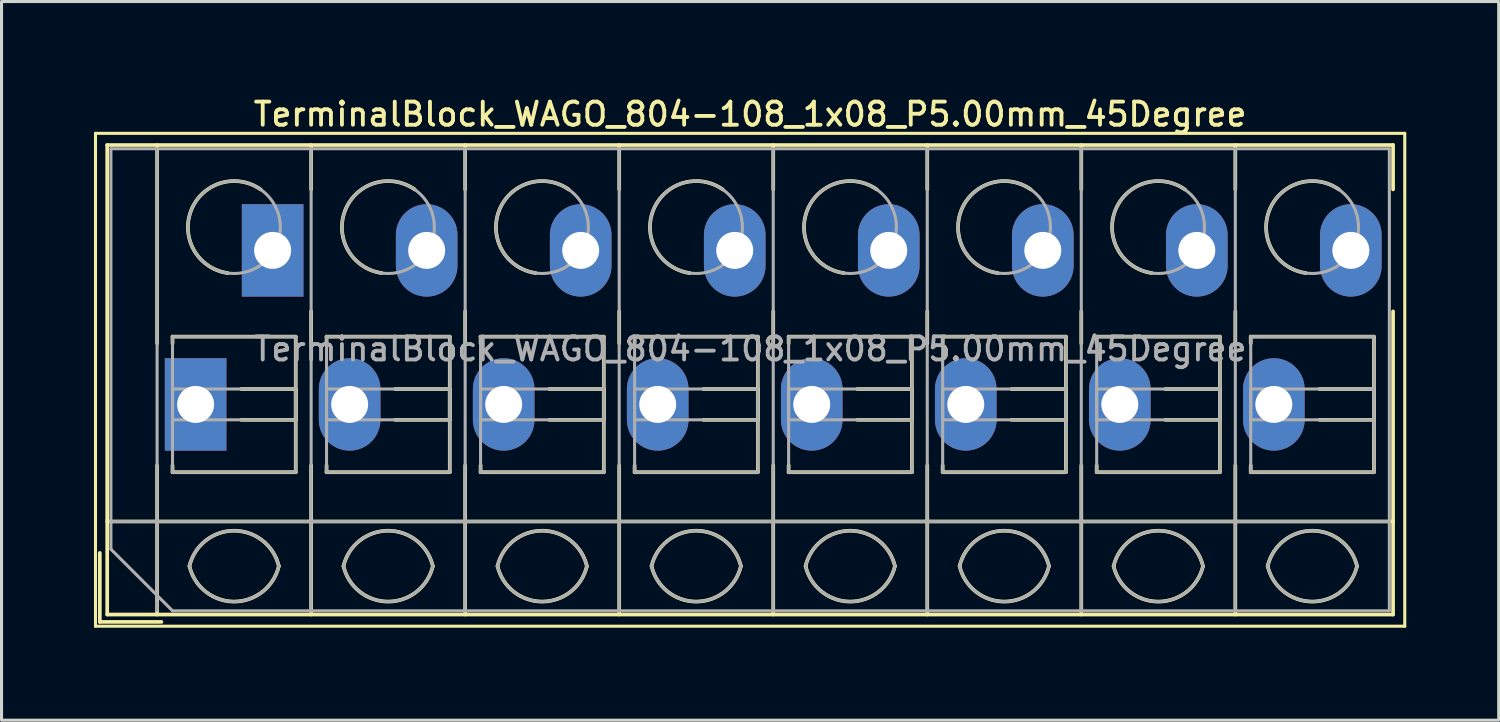
<source format=kicad_pcb>
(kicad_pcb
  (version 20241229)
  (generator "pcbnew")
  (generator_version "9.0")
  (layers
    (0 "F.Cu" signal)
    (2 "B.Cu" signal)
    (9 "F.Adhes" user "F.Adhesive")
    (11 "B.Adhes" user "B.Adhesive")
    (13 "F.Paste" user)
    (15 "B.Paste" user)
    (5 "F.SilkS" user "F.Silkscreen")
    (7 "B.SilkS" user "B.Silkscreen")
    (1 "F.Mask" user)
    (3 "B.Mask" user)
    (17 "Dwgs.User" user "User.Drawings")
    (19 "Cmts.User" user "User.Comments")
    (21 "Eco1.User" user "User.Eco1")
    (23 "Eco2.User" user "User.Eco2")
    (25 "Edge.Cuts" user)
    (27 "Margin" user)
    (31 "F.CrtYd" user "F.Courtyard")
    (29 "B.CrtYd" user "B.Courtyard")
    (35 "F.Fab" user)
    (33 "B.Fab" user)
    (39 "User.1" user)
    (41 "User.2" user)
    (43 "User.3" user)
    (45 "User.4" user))
  (footprint "TerminalBlock_WAGO_804-108_1x08_P5.00mm_45Degree"
    (layer "F.Cu")
    (at 3.3 10.078)
    (property "Reference" "TerminalBlock_WAGO_804-108_1x08_P5.00mm_45Degree" (at 18 -9.42 0) (layer "F.SilkS") (effects (font (size 0.75 0.75) (thickness 0.125))))
    (attr through_hole)
    (fp_line (start -3.25 -8.8) (end -3.25 7.2) (stroke (width 0.1) (type solid)) (layer "F.SilkS"))
    (fp_line (start -3.25 7.2) (end 39.25 7.2) (stroke (width 0.1) (type solid)) (layer "F.SilkS"))
    (fp_line (start -3.11 4.82) (end -3.11 7.06) (stroke (width 0.12) (type solid)) (layer "F.SilkS"))
    (fp_line (start -3.11 7.06) (end -1.11 7.06) (stroke (width 0.12) (type solid)) (layer "F.SilkS"))
    (fp_line (start -2.87 -8.42) (end -2.87 6.82) (stroke (width 0.12) (type solid)) (layer "F.SilkS"))
    (fp_line (start -2.87 -8.42) (end 38.871 -8.42) (stroke (width 0.12) (type solid)) (layer "F.SilkS"))
    (fp_line (start -2.87 3.8) (end 38.871 3.8) (stroke (width 0.12) (type solid)) (layer "F.SilkS"))
    (fp_line (start -2.87 6.82) (end 38.871 6.82) (stroke (width 0.12) (type solid)) (layer "F.SilkS"))
    (fp_line (start -1.25 -8.42) (end -1.25 -1.98) (stroke (width 0.12) (type solid)) (layer "F.SilkS"))
    (fp_line (start -1.25 1.98) (end -1.25 6.82) (stroke (width 0.12) (type solid)) (layer "F.SilkS"))
    (fp_line (start -0.75 -2.2) (end -0.75 -1.98) (stroke (width 0.12) (type solid)) (layer "F.SilkS"))
    (fp_line (start -0.75 -2.2) (end 3.25 -2.2) (stroke (width 0.12) (type solid)) (layer "F.SilkS"))
    (fp_line (start -0.75 1.98) (end -0.75 2.2) (stroke (width 0.12) (type solid)) (layer "F.SilkS"))
    (fp_line (start -0.75 2.2) (end 3.25 2.2) (stroke (width 0.12) (type solid)) (layer "F.SilkS"))
    (fp_line (start 1.48 -0.5) (end 3.25 -0.5) (stroke (width 0.12) (type solid)) (layer "F.SilkS"))
    (fp_line (start 1.48 0.5) (end 3.25 0.5) (stroke (width 0.12) (type solid)) (layer "F.SilkS"))
    (fp_line (start 3.25 -2.2) (end 3.25 2.2) (stroke (width 0.12) (type solid)) (layer "F.SilkS"))
    (fp_line (start 3.25 -0.5) (end 3.25 0.5) (stroke (width 0.12) (type solid)) (layer "F.SilkS"))
    (fp_line (start 3.75 -8.42) (end 3.75 -6.98) (stroke (width 0.12) (type solid)) (layer "F.SilkS"))
    (fp_line (start 3.75 -3.02) (end 3.75 -1.98) (stroke (width 0.12) (type solid)) (layer "F.SilkS"))
    (fp_line (start 3.75 1.98) (end 3.75 6.82) (stroke (width 0.12) (type solid)) (layer "F.SilkS"))
    (fp_line (start 4.25 -2.2) (end 4.25 -1.98) (stroke (width 0.12) (type solid)) (layer "F.SilkS"))
    (fp_line (start 4.25 -2.2) (end 8.25 -2.2) (stroke (width 0.12) (type solid)) (layer "F.SilkS"))
    (fp_line (start 4.25 1.98) (end 4.25 2.2) (stroke (width 0.12) (type solid)) (layer "F.SilkS"))
    (fp_line (start 4.25 2.2) (end 8.25 2.2) (stroke (width 0.12) (type solid)) (layer "F.SilkS"))
    (fp_line (start 6.48 -0.5) (end 8.25 -0.5) (stroke (width 0.12) (type solid)) (layer "F.SilkS"))
    (fp_line (start 6.48 0.5) (end 8.25 0.5) (stroke (width 0.12) (type solid)) (layer "F.SilkS"))
    (fp_line (start 8.25 -2.2) (end 8.25 2.2) (stroke (width 0.12) (type solid)) (layer "F.SilkS"))
    (fp_line (start 8.25 -0.5) (end 8.25 0.5) (stroke (width 0.12) (type solid)) (layer "F.SilkS"))
    (fp_line (start 8.75 -8.42) (end 8.75 -6.98) (stroke (width 0.12) (type solid)) (layer "F.SilkS"))
    (fp_line (start 8.75 -3.02) (end 8.75 -1.98) (stroke (width 0.12) (type solid)) (layer "F.SilkS"))
    (fp_line (start 8.75 1.98) (end 8.75 6.82) (stroke (width 0.12) (type solid)) (layer "F.SilkS"))
    (fp_line (start 9.25 -2.2) (end 9.25 -1.98) (stroke (width 0.12) (type solid)) (layer "F.SilkS"))
    (fp_line (start 9.25 -2.2) (end 13.25 -2.2) (stroke (width 0.12) (type solid)) (layer "F.SilkS"))
    (fp_line (start 9.25 1.98) (end 9.25 2.2) (stroke (width 0.12) (type solid)) (layer "F.SilkS"))
    (fp_line (start 9.25 2.2) (end 13.25 2.2) (stroke (width 0.12) (type solid)) (layer "F.SilkS"))
    (fp_line (start 11.48 -0.5) (end 13.25 -0.5) (stroke (width 0.12) (type solid)) (layer "F.SilkS"))
    (fp_line (start 11.48 0.5) (end 13.25 0.5) (stroke (width 0.12) (type solid)) (layer "F.SilkS"))
    (fp_line (start 13.25 -2.2) (end 13.25 2.2) (stroke (width 0.12) (type solid)) (layer "F.SilkS"))
    (fp_line (start 13.25 -0.5) (end 13.25 0.5) (stroke (width 0.12) (type solid)) (layer "F.SilkS"))
    (fp_line (start 13.75 -8.42) (end 13.75 -6.98) (stroke (width 0.12) (type solid)) (layer "F.SilkS"))
    (fp_line (start 13.75 -3.02) (end 13.75 -1.98) (stroke (width 0.12) (type solid)) (layer "F.SilkS"))
    (fp_line (start 13.75 1.98) (end 13.75 6.82) (stroke (width 0.12) (type solid)) (layer "F.SilkS"))
    (fp_line (start 14.25 -2.2) (end 14.25 -1.98) (stroke (width 0.12) (type solid)) (layer "F.SilkS"))
    (fp_line (start 14.25 -2.2) (end 18.25 -2.2) (stroke (width 0.12) (type solid)) (layer "F.SilkS"))
    (fp_line (start 14.25 1.98) (end 14.25 2.2) (stroke (width 0.12) (type solid)) (layer "F.SilkS"))
    (fp_line (start 14.25 2.2) (end 18.25 2.2) (stroke (width 0.12) (type solid)) (layer "F.SilkS"))
    (fp_line (start 16.48 -0.5) (end 18.25 -0.5) (stroke (width 0.12) (type solid)) (layer "F.SilkS"))
    (fp_line (start 16.48 0.5) (end 18.25 0.5) (stroke (width 0.12) (type solid)) (layer "F.SilkS"))
    (fp_line (start 18.25 -2.2) (end 18.25 2.2) (stroke (width 0.12) (type solid)) (layer "F.SilkS"))
    (fp_line (start 18.25 -0.5) (end 18.25 0.5) (stroke (width 0.12) (type solid)) (layer "F.SilkS"))
    (fp_line (start 18.75 -8.42) (end 18.75 -6.98) (stroke (width 0.12) (type solid)) (layer "F.SilkS"))
    (fp_line (start 18.75 -3.02) (end 18.75 -1.98) (stroke (width 0.12) (type solid)) (layer "F.SilkS"))
    (fp_line (start 18.75 1.98) (end 18.75 6.82) (stroke (width 0.12) (type solid)) (layer "F.SilkS"))
    (fp_line (start 19.25 -2.2) (end 19.25 -1.98) (stroke (width 0.12) (type solid)) (layer "F.SilkS"))
    (fp_line (start 19.25 -2.2) (end 23.25 -2.2) (stroke (width 0.12) (type solid)) (layer "F.SilkS"))
    (fp_line (start 19.25 1.98) (end 19.25 2.2) (stroke (width 0.12) (type solid)) (layer "F.SilkS"))
    (fp_line (start 19.25 2.2) (end 23.25 2.2) (stroke (width 0.12) (type solid)) (layer "F.SilkS"))
    (fp_line (start 21.48 -0.5) (end 23.25 -0.5) (stroke (width 0.12) (type solid)) (layer "F.SilkS"))
    (fp_line (start 21.48 0.5) (end 23.25 0.5) (stroke (width 0.12) (type solid)) (layer "F.SilkS"))
    (fp_line (start 23.25 -2.2) (end 23.25 2.2) (stroke (width 0.12) (type solid)) (layer "F.SilkS"))
    (fp_line (start 23.25 -0.5) (end 23.25 0.5) (stroke (width 0.12) (type solid)) (layer "F.SilkS"))
    (fp_line (start 23.75 -8.42) (end 23.75 -6.98) (stroke (width 0.12) (type solid)) (layer "F.SilkS"))
    (fp_line (start 23.75 -3.02) (end 23.75 -1.98) (stroke (width 0.12) (type solid)) (layer "F.SilkS"))
    (fp_line (start 23.75 1.98) (end 23.75 6.82) (stroke (width 0.12) (type solid)) (layer "F.SilkS"))
    (fp_line (start 24.25 -2.2) (end 24.25 -1.98) (stroke (width 0.12) (type solid)) (layer "F.SilkS"))
    (fp_line (start 24.25 -2.2) (end 28.25 -2.2) (stroke (width 0.12) (type solid)) (layer "F.SilkS"))
    (fp_line (start 24.25 1.98) (end 24.25 2.2) (stroke (width 0.12) (type solid)) (layer "F.SilkS"))
    (fp_line (start 24.25 2.2) (end 28.25 2.2) (stroke (width 0.12) (type solid)) (layer "F.SilkS"))
    (fp_line (start 26.48 -0.5) (end 28.25 -0.5) (stroke (width 0.12) (type solid)) (layer "F.SilkS"))
    (fp_line (start 26.48 0.5) (end 28.25 0.5) (stroke (width 0.12) (type solid)) (layer "F.SilkS"))
    (fp_line (start 28.25 -2.2) (end 28.25 2.2) (stroke (width 0.12) (type solid)) (layer "F.SilkS"))
    (fp_line (start 28.25 -0.5) (end 28.25 0.5) (stroke (width 0.12) (type solid)) (layer "F.SilkS"))
    (fp_line (start 28.75 -8.42) (end 28.75 -6.98) (stroke (width 0.12) (type solid)) (layer "F.SilkS"))
    (fp_line (start 28.75 -3.02) (end 28.75 -1.98) (stroke (width 0.12) (type solid)) (layer "F.SilkS"))
    (fp_line (start 28.75 1.98) (end 28.75 6.82) (stroke (width 0.12) (type solid)) (layer "F.SilkS"))
    (fp_line (start 29.25 -2.2) (end 29.25 -1.98) (stroke (width 0.12) (type solid)) (layer "F.SilkS"))
    (fp_line (start 29.25 -2.2) (end 33.25 -2.2) (stroke (width 0.12) (type solid)) (layer "F.SilkS"))
    (fp_line (start 29.25 1.98) (end 29.25 2.2) (stroke (width 0.12) (type solid)) (layer "F.SilkS"))
    (fp_line (start 29.25 2.2) (end 33.25 2.2) (stroke (width 0.12) (type solid)) (layer "F.SilkS"))
    (fp_line (start 31.48 -0.5) (end 33.25 -0.5) (stroke (width 0.12) (type solid)) (layer "F.SilkS"))
    (fp_line (start 31.48 0.5) (end 33.25 0.5) (stroke (width 0.12) (type solid)) (layer "F.SilkS"))
    (fp_line (start 33.25 -2.2) (end 33.25 2.2) (stroke (width 0.12) (type solid)) (layer "F.SilkS"))
    (fp_line (start 33.25 -0.5) (end 33.25 0.5) (stroke (width 0.12) (type solid)) (layer "F.SilkS"))
    (fp_line (start 33.75 -8.42) (end 33.75 -6.98) (stroke (width 0.12) (type solid)) (layer "F.SilkS"))
    (fp_line (start 33.75 -3.02) (end 33.75 -1.98) (stroke (width 0.12) (type solid)) (layer "F.SilkS"))
    (fp_line (start 33.75 1.98) (end 33.75 6.82) (stroke (width 0.12) (type solid)) (layer "F.SilkS"))
    (fp_line (start 34.25 -2.2) (end 34.25 -1.98) (stroke (width 0.12) (type solid)) (layer "F.SilkS"))
    (fp_line (start 34.25 -2.2) (end 38.25 -2.2) (stroke (width 0.12) (type solid)) (layer "F.SilkS"))
    (fp_line (start 34.25 1.98) (end 34.25 2.2) (stroke (width 0.12) (type solid)) (layer "F.SilkS"))
    (fp_line (start 34.25 2.2) (end 38.25 2.2) (stroke (width 0.12) (type solid)) (layer "F.SilkS"))
    (fp_line (start 36.48 -0.5) (end 38.25 -0.5) (stroke (width 0.12) (type solid)) (layer "F.SilkS"))
    (fp_line (start 36.48 0.5) (end 38.25 0.5) (stroke (width 0.12) (type solid)) (layer "F.SilkS"))
    (fp_line (start 38.25 -2.2) (end 38.25 2.2) (stroke (width 0.12) (type solid)) (layer "F.SilkS"))
    (fp_line (start 38.25 -0.5) (end 38.25 0.5) (stroke (width 0.12) (type solid)) (layer "F.SilkS"))
    (fp_line (start 38.871 -8.42) (end 38.871 -6.98) (stroke (width 0.12) (type solid)) (layer "F.SilkS"))
    (fp_line (start 38.871 -3.02) (end 38.871 6.82) (stroke (width 0.12) (type solid)) (layer "F.SilkS"))
    (fp_line (start 39.25 -8.8) (end -3.25 -8.8) (stroke (width 0.1) (type solid)) (layer "F.SilkS"))
    (fp_line (start 39.25 7.2) (end 39.25 -8.8) (stroke (width 0.1) (type solid)) (layer "F.SilkS"))
    (fp_arc (start -0.200865 5.250424) (mid 1.250296 4.099926) (end 2.701 5.251) (stroke (width 0.12) (type solid)) (layer "F.SilkS"))
    (fp_arc (start 1.040798 -4.264067) (mid -0.146039 -6.300306) (end 2.111 -6.979) (stroke (width 0.12) (type solid)) (layer "F.SilkS"))
    (fp_arc (start 2.7 5.25) (mid 1.250068 6.400101) (end -0.199969 5.250133) (stroke (width 0.12) (type solid)) (layer "F.SilkS"))
    (fp_arc (start 4.799135 5.250424) (mid 6.250296 4.099926) (end 7.701 5.251) (stroke (width 0.12) (type solid)) (layer "F.SilkS"))
    (fp_arc (start 6.040798 -4.264067) (mid 4.853961 -6.300306) (end 7.111 -6.979) (stroke (width 0.12) (type solid)) (layer "F.SilkS"))
    (fp_arc (start 7.7 5.25) (mid 6.250068 6.400101) (end 4.800031 5.250133) (stroke (width 0.12) (type solid)) (layer "F.SilkS"))
    (fp_arc (start 9.799135 5.250424) (mid 11.250296 4.099926) (end 12.701 5.251) (stroke (width 0.12) (type solid)) (layer "F.SilkS"))
    (fp_arc (start 11.040798 -4.264067) (mid 9.853961 -6.300306) (end 12.111 -6.979) (stroke (width 0.12) (type solid)) (layer "F.SilkS"))
    (fp_arc (start 12.7 5.25) (mid 11.250068 6.400101) (end 9.800031 5.250133) (stroke (width 0.12) (type solid)) (layer "F.SilkS"))
    (fp_arc (start 14.799135 5.250424) (mid 16.250296 4.099926) (end 17.701 5.251) (stroke (width 0.12) (type solid)) (layer "F.SilkS"))
    (fp_arc (start 16.040798 -4.264067) (mid 14.853961 -6.300306) (end 17.111 -6.979) (stroke (width 0.12) (type solid)) (layer "F.SilkS"))
    (fp_arc (start 17.7 5.25) (mid 16.250068 6.400101) (end 14.800031 5.250133) (stroke (width 0.12) (type solid)) (layer "F.SilkS"))
    (fp_arc (start 19.799135 5.250424) (mid 21.250296 4.099926) (end 22.701 5.251) (stroke (width 0.12) (type solid)) (layer "F.SilkS"))
    (fp_arc (start 21.040798 -4.264067) (mid 19.853961 -6.300306) (end 22.111 -6.979) (stroke (width 0.12) (type solid)) (layer "F.SilkS"))
    (fp_arc (start 22.7 5.25) (mid 21.250068 6.400101) (end 19.800031 5.250133) (stroke (width 0.12) (type solid)) (layer "F.SilkS"))
    (fp_arc (start 24.799135 5.250424) (mid 26.250296 4.099926) (end 27.701 5.251) (stroke (width 0.12) (type solid)) (layer "F.SilkS"))
    (fp_arc (start 26.040798 -4.264067) (mid 24.853961 -6.300306) (end 27.111 -6.979) (stroke (width 0.12) (type solid)) (layer "F.SilkS"))
    (fp_arc (start 27.7 5.25) (mid 26.250068 6.400101) (end 24.800031 5.250133) (stroke (width 0.12) (type solid)) (layer "F.SilkS"))
    (fp_arc (start 29.799135 5.250424) (mid 31.250296 4.099926) (end 32.701 5.251) (stroke (width 0.12) (type solid)) (layer "F.SilkS"))
    (fp_arc (start 31.040798 -4.264067) (mid 29.853961 -6.300306) (end 32.111 -6.979) (stroke (width 0.12) (type solid)) (layer "F.SilkS"))
    (fp_arc (start 32.701 5.25) (mid 31.250296 6.401074) (end 29.799135 5.250576) (stroke (width 0.12) (type solid)) (layer "F.SilkS"))
    (fp_arc (start 34.799135 5.250424) (mid 36.250296 4.099926) (end 37.701 5.251) (stroke (width 0.12) (type solid)) (layer "F.SilkS"))
    (fp_arc (start 36.040798 -4.264067) (mid 34.853961 -6.300306) (end 37.111 -6.979) (stroke (width 0.12) (type solid)) (layer "F.SilkS"))
    (fp_arc (start 37.7 5.25) (mid 36.250068 6.400101) (end 34.800031 5.250133) (stroke (width 0.12) (type solid)) (layer "F.SilkS"))
    (fp_line (start -2.75 -8.3) (end 38.75 -8.3) (stroke (width 0.1) (type solid)) (layer "F.Fab"))
    (fp_line (start -2.75 3.8) (end 38.75 3.8) (stroke (width 0.1) (type solid)) (layer "F.Fab"))
    (fp_line (start -2.75 4.7) (end -2.75 -8.3) (stroke (width 0.1) (type solid)) (layer "F.Fab"))
    (fp_line (start -1.25 -8.3) (end -1.25 6.7) (stroke (width 0.1) (type solid)) (layer "F.Fab"))
    (fp_line (start -0.75 -2.2) (end -0.75 2.2) (stroke (width 0.1) (type solid)) (layer "F.Fab"))
    (fp_line (start -0.75 -0.5) (end -0.75 0.5) (stroke (width 0.1) (type solid)) (layer "F.Fab"))
    (fp_line (start -0.75 0.5) (end 3.25 0.5) (stroke (width 0.1) (type solid)) (layer "F.Fab"))
    (fp_line (start -0.75 2.2) (end 3.25 2.2) (stroke (width 0.1) (type solid)) (layer "F.Fab"))
    (fp_line (start -0.75 6.7) (end -2.75 4.7) (stroke (width 0.1) (type solid)) (layer "F.Fab"))
    (fp_line (start 3.25 -2.2) (end -0.75 -2.2) (stroke (width 0.1) (type solid)) (layer "F.Fab"))
    (fp_line (start 3.25 -0.5) (end -0.75 -0.5) (stroke (width 0.1) (type solid)) (layer "F.Fab"))
    (fp_line (start 3.25 0.5) (end 3.25 -0.5) (stroke (width 0.1) (type solid)) (layer "F.Fab"))
    (fp_line (start 3.25 2.2) (end 3.25 -2.2) (stroke (width 0.1) (type solid)) (layer "F.Fab"))
    (fp_line (start 3.75 -8.3) (end 3.75 6.7) (stroke (width 0.1) (type solid)) (layer "F.Fab"))
    (fp_line (start 4.25 -2.2) (end 4.25 2.2) (stroke (width 0.1) (type solid)) (layer "F.Fab"))
    (fp_line (start 4.25 -0.5) (end 4.25 0.5) (stroke (width 0.1) (type solid)) (layer "F.Fab"))
    (fp_line (start 4.25 0.5) (end 8.25 0.5) (stroke (width 0.1) (type solid)) (layer "F.Fab"))
    (fp_line (start 4.25 2.2) (end 8.25 2.2) (stroke (width 0.1) (type solid)) (layer "F.Fab"))
    (fp_line (start 8.25 -2.2) (end 4.25 -2.2) (stroke (width 0.1) (type solid)) (layer "F.Fab"))
    (fp_line (start 8.25 -0.5) (end 4.25 -0.5) (stroke (width 0.1) (type solid)) (layer "F.Fab"))
    (fp_line (start 8.25 0.5) (end 8.25 -0.5) (stroke (width 0.1) (type solid)) (layer "F.Fab"))
    (fp_line (start 8.25 2.2) (end 8.25 -2.2) (stroke (width 0.1) (type solid)) (layer "F.Fab"))
    (fp_line (start 8.75 -8.3) (end 8.75 6.7) (stroke (width 0.1) (type solid)) (layer "F.Fab"))
    (fp_line (start 9.25 -2.2) (end 9.25 2.2) (stroke (width 0.1) (type solid)) (layer "F.Fab"))
    (fp_line (start 9.25 -0.5) (end 9.25 0.5) (stroke (width 0.1) (type solid)) (layer "F.Fab"))
    (fp_line (start 9.25 0.5) (end 13.25 0.5) (stroke (width 0.1) (type solid)) (layer "F.Fab"))
    (fp_line (start 9.25 2.2) (end 13.25 2.2) (stroke (width 0.1) (type solid)) (layer "F.Fab"))
    (fp_line (start 13.25 -2.2) (end 9.25 -2.2) (stroke (width 0.1) (type solid)) (layer "F.Fab"))
    (fp_line (start 13.25 -0.5) (end 9.25 -0.5) (stroke (width 0.1) (type solid)) (layer "F.Fab"))
    (fp_line (start 13.25 0.5) (end 13.25 -0.5) (stroke (width 0.1) (type solid)) (layer "F.Fab"))
    (fp_line (start 13.25 2.2) (end 13.25 -2.2) (stroke (width 0.1) (type solid)) (layer "F.Fab"))
    (fp_line (start 13.75 -8.3) (end 13.75 6.7) (stroke (width 0.1) (type solid)) (layer "F.Fab"))
    (fp_line (start 14.25 -2.2) (end 14.25 2.2) (stroke (width 0.1) (type solid)) (layer "F.Fab"))
    (fp_line (start 14.25 -0.5) (end 14.25 0.5) (stroke (width 0.1) (type solid)) (layer "F.Fab"))
    (fp_line (start 14.25 0.5) (end 18.25 0.5) (stroke (width 0.1) (type solid)) (layer "F.Fab"))
    (fp_line (start 14.25 2.2) (end 18.25 2.2) (stroke (width 0.1) (type solid)) (layer "F.Fab"))
    (fp_line (start 18.25 -2.2) (end 14.25 -2.2) (stroke (width 0.1) (type solid)) (layer "F.Fab"))
    (fp_line (start 18.25 -0.5) (end 14.25 -0.5) (stroke (width 0.1) (type solid)) (layer "F.Fab"))
    (fp_line (start 18.25 0.5) (end 18.25 -0.5) (stroke (width 0.1) (type solid)) (layer "F.Fab"))
    (fp_line (start 18.25 2.2) (end 18.25 -2.2) (stroke (width 0.1) (type solid)) (layer "F.Fab"))
    (fp_line (start 18.75 -8.3) (end 18.75 6.7) (stroke (width 0.1) (type solid)) (layer "F.Fab"))
    (fp_line (start 19.25 -2.2) (end 19.25 2.2) (stroke (width 0.1) (type solid)) (layer "F.Fab"))
    (fp_line (start 19.25 -0.5) (end 19.25 0.5) (stroke (width 0.1) (type solid)) (layer "F.Fab"))
    (fp_line (start 19.25 0.5) (end 23.25 0.5) (stroke (width 0.1) (type solid)) (layer "F.Fab"))
    (fp_line (start 19.25 2.2) (end 23.25 2.2) (stroke (width 0.1) (type solid)) (layer "F.Fab"))
    (fp_line (start 23.25 -2.2) (end 19.25 -2.2) (stroke (width 0.1) (type solid)) (layer "F.Fab"))
    (fp_line (start 23.25 -0.5) (end 19.25 -0.5) (stroke (width 0.1) (type solid)) (layer "F.Fab"))
    (fp_line (start 23.25 0.5) (end 23.25 -0.5) (stroke (width 0.1) (type solid)) (layer "F.Fab"))
    (fp_line (start 23.25 2.2) (end 23.25 -2.2) (stroke (width 0.1) (type solid)) (layer "F.Fab"))
    (fp_line (start 23.75 -8.3) (end 23.75 6.7) (stroke (width 0.1) (type solid)) (layer "F.Fab"))
    (fp_line (start 24.25 -2.2) (end 24.25 2.2) (stroke (width 0.1) (type solid)) (layer "F.Fab"))
    (fp_line (start 24.25 -0.5) (end 24.25 0.5) (stroke (width 0.1) (type solid)) (layer "F.Fab"))
    (fp_line (start 24.25 0.5) (end 28.25 0.5) (stroke (width 0.1) (type solid)) (layer "F.Fab"))
    (fp_line (start 24.25 2.2) (end 28.25 2.2) (stroke (width 0.1) (type solid)) (layer "F.Fab"))
    (fp_line (start 28.25 -2.2) (end 24.25 -2.2) (stroke (width 0.1) (type solid)) (layer "F.Fab"))
    (fp_line (start 28.25 -0.5) (end 24.25 -0.5) (stroke (width 0.1) (type solid)) (layer "F.Fab"))
    (fp_line (start 28.25 0.5) (end 28.25 -0.5) (stroke (width 0.1) (type solid)) (layer "F.Fab"))
    (fp_line (start 28.25 2.2) (end 28.25 -2.2) (stroke (width 0.1) (type solid)) (layer "F.Fab"))
    (fp_line (start 28.75 -8.3) (end 28.75 6.7) (stroke (width 0.1) (type solid)) (layer "F.Fab"))
    (fp_line (start 29.25 -2.2) (end 29.25 2.2) (stroke (width 0.1) (type solid)) (layer "F.Fab"))
    (fp_line (start 29.25 -0.5) (end 29.25 0.5) (stroke (width 0.1) (type solid)) (layer "F.Fab"))
    (fp_line (start 29.25 0.5) (end 33.25 0.5) (stroke (width 0.1) (type solid)) (layer "F.Fab"))
    (fp_line (start 29.25 2.2) (end 33.25 2.2) (stroke (width 0.1) (type solid)) (layer "F.Fab"))
    (fp_line (start 33.25 -2.2) (end 29.25 -2.2) (stroke (width 0.1) (type solid)) (layer "F.Fab"))
    (fp_line (start 33.25 -0.5) (end 29.25 -0.5) (stroke (width 0.1) (type solid)) (layer "F.Fab"))
    (fp_line (start 33.25 0.5) (end 33.25 -0.5) (stroke (width 0.1) (type solid)) (layer "F.Fab"))
    (fp_line (start 33.25 2.2) (end 33.25 -2.2) (stroke (width 0.1) (type solid)) (layer "F.Fab"))
    (fp_line (start 33.75 -8.3) (end 33.75 6.7) (stroke (width 0.1) (type solid)) (layer "F.Fab"))
    (fp_line (start 34.25 -2.2) (end 34.25 2.2) (stroke (width 0.1) (type solid)) (layer "F.Fab"))
    (fp_line (start 34.25 -0.5) (end 34.25 0.5) (stroke (width 0.1) (type solid)) (layer "F.Fab"))
    (fp_line (start 34.25 0.5) (end 38.25 0.5) (stroke (width 0.1) (type solid)) (layer "F.Fab"))
    (fp_line (start 34.25 2.2) (end 38.25 2.2) (stroke (width 0.1) (type solid)) (layer "F.Fab"))
    (fp_line (start 38.25 -2.2) (end 34.25 -2.2) (stroke (width 0.1) (type solid)) (layer "F.Fab"))
    (fp_line (start 38.25 -0.5) (end 34.25 -0.5) (stroke (width 0.1) (type solid)) (layer "F.Fab"))
    (fp_line (start 38.25 0.5) (end 38.25 -0.5) (stroke (width 0.1) (type solid)) (layer "F.Fab"))
    (fp_line (start 38.25 2.2) (end 38.25 -2.2) (stroke (width 0.1) (type solid)) (layer "F.Fab"))
    (fp_line (start 38.75 -8.3) (end 38.75 6.7) (stroke (width 0.1) (type solid)) (layer "F.Fab"))
    (fp_line (start 38.75 6.7) (end -0.75 6.7) (stroke (width 0.1) (type solid)) (layer "F.Fab"))
    (fp_arc (start -0.200865 5.250424) (mid 1.250296 4.099926) (end 2.701 5.251) (stroke (width 0.1) (type solid)) (layer "F.Fab"))
    (fp_arc (start 2.7 5.25) (mid 1.250068 6.400101) (end -0.199969 5.250133) (stroke (width 0.1) (type solid)) (layer "F.Fab"))
    (fp_arc (start 4.799135 5.250424) (mid 6.250296 4.099926) (end 7.701 5.251) (stroke (width 0.1) (type solid)) (layer "F.Fab"))
    (fp_arc (start 7.7 5.25) (mid 6.250068 6.400101) (end 4.800031 5.250133) (stroke (width 0.1) (type solid)) (layer "F.Fab"))
    (fp_arc (start 9.799135 5.250424) (mid 11.250296 4.099926) (end 12.701 5.251) (stroke (width 0.1) (type solid)) (layer "F.Fab"))
    (fp_arc (start 12.7 5.25) (mid 11.250068 6.400101) (end 9.800031 5.250133) (stroke (width 0.1) (type solid)) (layer "F.Fab"))
    (fp_arc (start 14.799135 5.250424) (mid 16.250296 4.099926) (end 17.701 5.251) (stroke (width 0.1) (type solid)) (layer "F.Fab"))
    (fp_arc (start 17.7 5.25) (mid 16.250068 6.400101) (end 14.800031 5.250133) (stroke (width 0.1) (type solid)) (layer "F.Fab"))
    (fp_arc (start 19.799135 5.250424) (mid 21.250296 4.099926) (end 22.701 5.251) (stroke (width 0.1) (type solid)) (layer "F.Fab"))
    (fp_arc (start 22.7 5.25) (mid 21.250068 6.400101) (end 19.800031 5.250133) (stroke (width 0.1) (type solid)) (layer "F.Fab"))
    (fp_arc (start 24.799135 5.250424) (mid 26.250296 4.099926) (end 27.701 5.251) (stroke (width 0.1) (type solid)) (layer "F.Fab"))
    (fp_arc (start 27.7 5.25) (mid 26.250068 6.400101) (end 24.800031 5.250133) (stroke (width 0.1) (type solid)) (layer "F.Fab"))
    (fp_arc (start 29.799135 5.250424) (mid 31.250296 4.099926) (end 32.701 5.251) (stroke (width 0.1) (type solid)) (layer "F.Fab"))
    (fp_arc (start 32.701 5.25) (mid 31.250296 6.401074) (end 29.799135 5.250576) (stroke (width 0.1) (type solid)) (layer "F.Fab"))
    (fp_arc (start 34.799135 5.250424) (mid 36.250296 4.099926) (end 37.701 5.251) (stroke (width 0.1) (type solid)) (layer "F.Fab"))
    (fp_arc (start 37.7 5.25) (mid 36.250068 6.400101) (end 34.800031 5.250133) (stroke (width 0.1) (type solid)) (layer "F.Fab"))
    (fp_circle (center 1.25 -5.75) (end 2.75 -5.75) (stroke (width 0.1) (type solid)) (fill no) (layer "F.Fab"))
    (fp_circle (center 6.25 -5.75) (end 7.75 -5.75) (stroke (width 0.1) (type solid)) (fill no) (layer "F.Fab"))
    (fp_circle (center 11.25 -5.75) (end 12.75 -5.75) (stroke (width 0.1) (type solid)) (fill no) (layer "F.Fab"))
    (fp_circle (center 16.25 -5.75) (end 17.75 -5.75) (stroke (width 0.1) (type solid)) (fill no) (layer "F.Fab"))
    (fp_circle (center 21.25 -5.75) (end 22.75 -5.75) (stroke (width 0.1) (type solid)) (fill no) (layer "F.Fab"))
    (fp_circle (center 26.25 -5.75) (end 27.75 -5.75) (stroke (width 0.1) (type solid)) (fill no) (layer "F.Fab"))
    (fp_circle (center 31.25 -5.75) (end 32.75 -5.75) (stroke (width 0.1) (type solid)) (fill no) (layer "F.Fab"))
    (fp_circle (center 36.25 -5.75) (end 37.75 -5.75) (stroke (width 0.1) (type solid)) (fill no) (layer "F.Fab"))
    (fp_text user "${REFERENCE}" (at 18 -1.8 0) (layer "F.Fab") (effects (font (size 0.75 0.75) (thickness 0.125))))
    (pad "1" thru_hole rect (at 0 0) (size 2 3) (drill 1.2) (layers "*.Cu" "*.Mask"))
    (pad "1" thru_hole rect (at 2.5 -5) (size 2 3) (drill 1.2) (layers "*.Cu" "*.Mask"))
    (pad "2" thru_hole oval (at 5 0) (size 2 3) (drill 1.2) (layers "*.Cu" "*.Mask"))
    (pad "2" thru_hole oval (at 7.5 -5) (size 2 3) (drill 1.2) (layers "*.Cu" "*.Mask"))
    (pad "3" thru_hole oval (at 10 0) (size 2 3) (drill 1.2) (layers "*.Cu" "*.Mask"))
    (pad "3" thru_hole oval (at 12.5 -5) (size 2 3) (drill 1.2) (layers "*.Cu" "*.Mask"))
    (pad "4" thru_hole oval (at 15 0) (size 2 3) (drill 1.2) (layers "*.Cu" "*.Mask"))
    (pad "4" thru_hole oval (at 17.5 -5) (size 2 3) (drill 1.2) (layers "*.Cu" "*.Mask"))
    (pad "5" thru_hole oval (at 20 0) (size 2 3) (drill 1.2) (layers "*.Cu" "*.Mask"))
    (pad "5" thru_hole oval (at 22.5 -5) (size 2 3) (drill 1.2) (layers "*.Cu" "*.Mask"))
    (pad "6" thru_hole oval (at 25 0) (size 2 3) (drill 1.2) (layers "*.Cu" "*.Mask"))
    (pad "6" thru_hole oval (at 27.5 -5) (size 2 3) (drill 1.2) (layers "*.Cu" "*.Mask"))
    (pad "7" thru_hole oval (at 30 0) (size 2 3) (drill 1.2) (layers "*.Cu" "*.Mask"))
    (pad "7" thru_hole oval (at 32.5 -5) (size 2 3) (drill 1.2) (layers "*.Cu" "*.Mask"))
    (pad "8" thru_hole oval (at 35 0) (size 2 3) (drill 1.2) (layers "*.Cu" "*.Mask"))
    (pad "8" thru_hole oval (at 37.5 -5) (size 2 3) (drill 1.2) (layers "*.Cu" "*.Mask")))
  (gr_rect
    (start -3 -3)
    (end 45.6 20.328)
    (stroke (width 0.1) (type default))
    (fill no)
    (layer "Edge.Cuts")))
</source>
